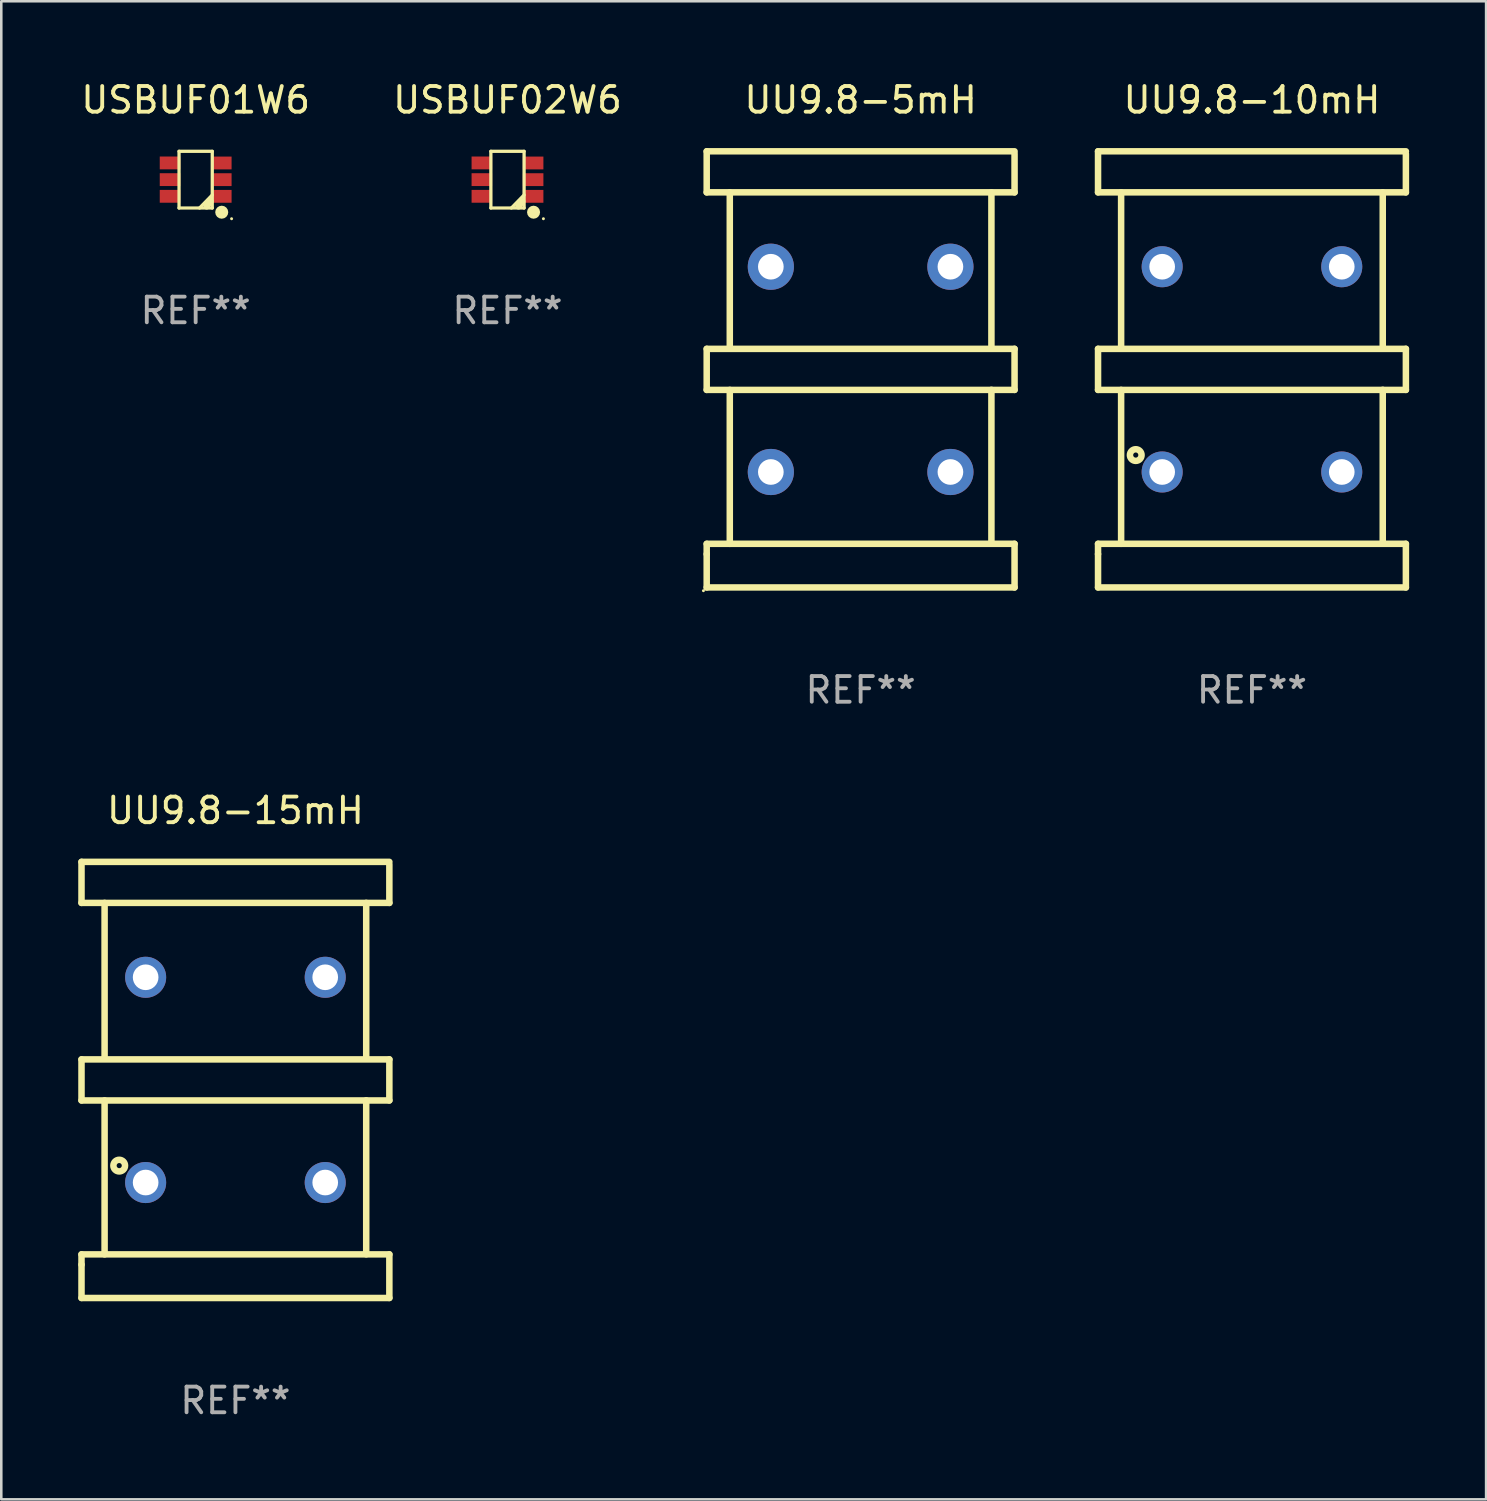
<source format=kicad_pcb>
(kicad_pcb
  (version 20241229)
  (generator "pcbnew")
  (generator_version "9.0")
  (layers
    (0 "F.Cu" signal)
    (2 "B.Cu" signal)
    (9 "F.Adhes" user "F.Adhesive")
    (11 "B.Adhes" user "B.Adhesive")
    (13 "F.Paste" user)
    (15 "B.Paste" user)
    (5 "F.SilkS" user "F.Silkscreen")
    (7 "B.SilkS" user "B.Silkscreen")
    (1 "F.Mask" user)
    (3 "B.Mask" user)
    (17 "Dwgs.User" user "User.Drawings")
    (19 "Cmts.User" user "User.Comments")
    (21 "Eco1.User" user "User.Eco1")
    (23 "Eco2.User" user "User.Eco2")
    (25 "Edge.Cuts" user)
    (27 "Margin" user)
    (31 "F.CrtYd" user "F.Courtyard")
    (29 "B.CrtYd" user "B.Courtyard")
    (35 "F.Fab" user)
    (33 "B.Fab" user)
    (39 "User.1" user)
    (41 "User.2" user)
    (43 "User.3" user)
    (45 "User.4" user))
  (footprint "UU9.8-15mH"
    (layer "F.Cu")
    (at 6.127 39.045)
    (property "Reference" "UU9.8-15mH" (at 0 -10.5 0) (layer "F.SilkS") (effects (font (size 1 1) (thickness 0.15))))
    (attr through_hole)
    (fp_line (start -6 -8.5) (end -6 -6.9) (stroke (width 0.254) (type solid)) (layer "F.SilkS"))
    (fp_line (start -6 -8.5) (end 6 -8.5) (stroke (width 0.254) (type solid)) (layer "F.SilkS"))
    (fp_line (start -6 -6.9) (end 6 -6.9) (stroke (width 0.254) (type solid)) (layer "F.SilkS"))
    (fp_line (start -6 -0.8) (end 6 -0.8) (stroke (width 0.254) (type solid)) (layer "F.SilkS"))
    (fp_line (start -6 0.8) (end -6 -0.8) (stroke (width 0.254) (type solid)) (layer "F.SilkS"))
    (fp_line (start -6 6.8) (end 6 6.8) (stroke (width 0.254) (type solid)) (layer "F.SilkS"))
    (fp_line (start -6 7.2) (end -6 6.8) (stroke (width 0.254) (type solid)) (layer "F.SilkS"))
    (fp_line (start -6 7.2) (end -6 8.5) (stroke (width 0.254) (type solid)) (layer "F.SilkS"))
    (fp_line (start -5.1 -6.9) (end -5.1 -0.9) (stroke (width 0.254) (type solid)) (layer "F.SilkS"))
    (fp_line (start -5.1 0.8) (end -5.1 6.8) (stroke (width 0.254) (type solid)) (layer "F.SilkS"))
    (fp_line (start 5.098 0.797) (end 5.098 6.797) (stroke (width 0.254) (type solid)) (layer "F.SilkS"))
    (fp_line (start 5.098 -6.901) (end 5.098 -0.901) (stroke (width 0.254) (type solid)) (layer "F.SilkS"))
    (fp_line (start 6 -6.9) (end 6 -8.4) (stroke (width 0.254) (type solid)) (layer "F.SilkS"))
    (fp_line (start 6 -0.8) (end 6 0.8) (stroke (width 0.254) (type solid)) (layer "F.SilkS"))
    (fp_line (start 6 0.8) (end -6 0.8) (stroke (width 0.254) (type solid)) (layer "F.SilkS"))
    (fp_line (start 6 6.8) (end 6 8.5) (stroke (width 0.254) (type solid)) (layer "F.SilkS"))
    (fp_line (start 6 8.5) (end -6 8.5) (stroke (width 0.254) (type solid)) (layer "F.SilkS"))
    (fp_circle (center -6 8.26) (end -5.97 8.26) (stroke (width 0.06) (type solid)) (fill no) (layer "F.SilkS"))
    (fp_circle (center -4.53 3.34) (end -4.43 3.34) (stroke (width 0.254) (type solid)) (fill no) (layer "F.SilkS"))
    (fp_text user "REF**" (at 0 12.5 0) (layer "F.Fab") (effects (font (size 1 1) (thickness 0.15))))
    (pad "1" thru_hole circle (at -3.5 4) (size 1.6 1.6) (drill 1) (layers "*.Cu" "*.Mask"))
    (pad "2" thru_hole circle (at 3.5 4) (size 1.6 1.6) (drill 1) (layers "*.Cu" "*.Mask"))
    (pad "3" thru_hole circle (at 3.5 -4.001) (size 1.6 1.6) (drill 1) (layers "*.Cu" "*.Mask"))
    (pad "4" thru_hole circle (at -3.5 -4.001) (size 1.6 1.6) (drill 1) (layers "*.Cu" "*.Mask")))
  (footprint "UU9.8-10mH"
    (layer "F.Cu")
    (at 45.751 11.348)
    (property "Reference" "UU9.8-10mH" (at 0 -10.5 0) (layer "F.SilkS") (effects (font (size 1 1) (thickness 0.15))))
    (attr through_hole)
    (fp_line (start -6 -8.5) (end -6 -6.9) (stroke (width 0.254) (type solid)) (layer "F.SilkS"))
    (fp_line (start -6 -8.5) (end 6 -8.5) (stroke (width 0.254) (type solid)) (layer "F.SilkS"))
    (fp_line (start -6 -6.9) (end 6 -6.9) (stroke (width 0.254) (type solid)) (layer "F.SilkS"))
    (fp_line (start -6 -0.8) (end 6 -0.8) (stroke (width 0.254) (type solid)) (layer "F.SilkS"))
    (fp_line (start -6 0.8) (end -6 -0.8) (stroke (width 0.254) (type solid)) (layer "F.SilkS"))
    (fp_line (start -6 6.8) (end 6 6.8) (stroke (width 0.254) (type solid)) (layer "F.SilkS"))
    (fp_line (start -6 7.2) (end -6 6.8) (stroke (width 0.254) (type solid)) (layer "F.SilkS"))
    (fp_line (start -6 7.2) (end -6 8.5) (stroke (width 0.254) (type solid)) (layer "F.SilkS"))
    (fp_line (start -5.1 -6.9) (end -5.1 -0.9) (stroke (width 0.254) (type solid)) (layer "F.SilkS"))
    (fp_line (start -5.1 0.8) (end -5.1 6.8) (stroke (width 0.254) (type solid)) (layer "F.SilkS"))
    (fp_line (start 5.098 0.797) (end 5.098 6.797) (stroke (width 0.254) (type solid)) (layer "F.SilkS"))
    (fp_line (start 5.098 -6.901) (end 5.098 -0.901) (stroke (width 0.254) (type solid)) (layer "F.SilkS"))
    (fp_line (start 6 -6.9) (end 6 -8.4) (stroke (width 0.254) (type solid)) (layer "F.SilkS"))
    (fp_line (start 6 -0.8) (end 6 0.8) (stroke (width 0.254) (type solid)) (layer "F.SilkS"))
    (fp_line (start 6 0.8) (end -6 0.8) (stroke (width 0.254) (type solid)) (layer "F.SilkS"))
    (fp_line (start 6 6.8) (end 6 8.5) (stroke (width 0.254) (type solid)) (layer "F.SilkS"))
    (fp_line (start 6 8.5) (end -6 8.5) (stroke (width 0.254) (type solid)) (layer "F.SilkS"))
    (fp_circle (center -6 8.26) (end -5.97 8.26) (stroke (width 0.06) (type solid)) (fill no) (layer "F.SilkS"))
    (fp_circle (center -4.53 3.34) (end -4.43 3.34) (stroke (width 0.254) (type solid)) (fill no) (layer "F.SilkS"))
    (fp_text user "REF**" (at 0 12.5 0) (layer "F.Fab") (effects (font (size 1 1) (thickness 0.15))))
    (pad "1" thru_hole circle (at -3.5 4) (size 1.6 1.6) (drill 1) (layers "*.Cu" "*.Mask"))
    (pad "2" thru_hole circle (at 3.5 4) (size 1.6 1.6) (drill 1) (layers "*.Cu" "*.Mask"))
    (pad "3" thru_hole circle (at 3.5 -4.001) (size 1.6 1.6) (drill 1) (layers "*.Cu" "*.Mask"))
    (pad "4" thru_hole circle (at -3.5 -4.001) (size 1.6 1.6) (drill 1) (layers "*.Cu" "*.Mask")))
  (footprint "USBUF01W6"
    (layer "F.Cu")
    (at 4.577 3.953)
    (property "Reference" "USBUF01W6" (at 0 -3.105 0) (layer "F.SilkS") (effects (font (size 1 1) (thickness 0.15))))
    (attr through_hole)
    (fp_line (start -0.648 -1.105) (end 0.647 -1.105) (stroke (width 0.127) (type solid)) (layer "F.SilkS"))
    (fp_line (start -0.648 1.105) (end -0.648 -1.105) (stroke (width 0.127) (type solid)) (layer "F.SilkS"))
    (fp_line (start 0.57 0.849) (end 0.428 1.038) (stroke (width 0.254) (type solid)) (layer "F.SilkS"))
    (fp_line (start 0.647 -1.105) (end 0.647 1.105) (stroke (width 0.127) (type solid)) (layer "F.SilkS"))
    (fp_line (start 0.647 0.597) (end 0.152 1.105) (stroke (width 0.127) (type solid)) (layer "F.SilkS"))
    (fp_line (start 0.647 1.105) (end -0.648 1.105) (stroke (width 0.127) (type solid)) (layer "F.SilkS"))
    (fp_circle (center 1.016 1.269) (end 1.143 1.269) (stroke (width 0.254) (type solid)) (fill no) (layer "F.SilkS"))
    (fp_circle (center 1.4 1.523) (end 1.43 1.523) (stroke (width 0.06) (type solid)) (fill no) (layer "F.SilkS"))
    (fp_text user "REF**" (at 0 5.105 0) (layer "F.Fab") (effects (font (size 1 1) (thickness 0.15))))
    (pad "1" smd rect (at 1 0.65 90) (size 0.5 0.8) (layers "F.Cu" "F.Mask" "F.Paste"))
    (pad "2" smd rect (at 1 0 90) (size 0.5 0.8) (layers "F.Cu" "F.Mask" "F.Paste"))
    (pad "3" smd rect (at 1 -0.65 90) (size 0.5 0.8) (layers "F.Cu" "F.Mask" "F.Paste"))
    (pad "4" smd rect (at -1 -0.652 90) (size 0.5 0.8) (layers "F.Cu" "F.Mask" "F.Paste"))
    (pad "5" smd rect (at -1 -0.001 90) (size 0.5 0.8) (layers "F.Cu" "F.Mask" "F.Paste"))
    (pad "6" smd rect (at -1 0.649 90) (size 0.5 0.8) (layers "F.Cu" "F.Mask" "F.Paste")))
  (footprint "USBUF02W6"
    (layer "F.Cu")
    (at 16.732 3.953)
    (property "Reference" "USBUF02W6" (at 0 -3.105 0) (layer "F.SilkS") (effects (font (size 1 1) (thickness 0.15))))
    (attr through_hole)
    (fp_line (start -0.648 -1.105) (end 0.647 -1.105) (stroke (width 0.127) (type solid)) (layer "F.SilkS"))
    (fp_line (start -0.648 1.105) (end -0.648 -1.105) (stroke (width 0.127) (type solid)) (layer "F.SilkS"))
    (fp_line (start 0.57 0.849) (end 0.428 1.038) (stroke (width 0.254) (type solid)) (layer "F.SilkS"))
    (fp_line (start 0.647 -1.105) (end 0.647 1.105) (stroke (width 0.127) (type solid)) (layer "F.SilkS"))
    (fp_line (start 0.647 0.597) (end 0.152 1.105) (stroke (width 0.127) (type solid)) (layer "F.SilkS"))
    (fp_line (start 0.647 1.105) (end -0.648 1.105) (stroke (width 0.127) (type solid)) (layer "F.SilkS"))
    (fp_circle (center 1.016 1.269) (end 1.143 1.269) (stroke (width 0.254) (type solid)) (fill no) (layer "F.SilkS"))
    (fp_circle (center 1.4 1.523) (end 1.43 1.523) (stroke (width 0.06) (type solid)) (fill no) (layer "F.SilkS"))
    (fp_text user "REF**" (at 0 5.105 0) (layer "F.Fab") (effects (font (size 1 1) (thickness 0.15))))
    (pad "1" smd rect (at 1 0.65 90) (size 0.5 0.8) (layers "F.Cu" "F.Mask" "F.Paste"))
    (pad "2" smd rect (at 1 0 90) (size 0.5 0.8) (layers "F.Cu" "F.Mask" "F.Paste"))
    (pad "3" smd rect (at 1 -0.65 90) (size 0.5 0.8) (layers "F.Cu" "F.Mask" "F.Paste"))
    (pad "4" smd rect (at -1 -0.652 90) (size 0.5 0.8) (layers "F.Cu" "F.Mask" "F.Paste"))
    (pad "5" smd rect (at -1 -0.001 90) (size 0.5 0.8) (layers "F.Cu" "F.Mask" "F.Paste"))
    (pad "6" smd rect (at -1 0.649 90) (size 0.5 0.8) (layers "F.Cu" "F.Mask" "F.Paste")))
  (footprint "UU9.8-5mH"
    (layer "F.Cu")
    (at 30.497 11.348)
    (property "Reference" "UU9.8-5mH" (at 0 -10.5 0) (layer "F.SilkS") (effects (font (size 1 1) (thickness 0.15))))
    (attr through_hole)
    (fp_line (start -6 -8.5) (end -6 -6.9) (stroke (width 0.254) (type solid)) (layer "F.SilkS"))
    (fp_line (start -6 -8.5) (end 6 -8.5) (stroke (width 0.254) (type solid)) (layer "F.SilkS"))
    (fp_line (start -6 -6.9) (end 6 -6.9) (stroke (width 0.254) (type solid)) (layer "F.SilkS"))
    (fp_line (start -6 -0.8) (end 6 -0.8) (stroke (width 0.254) (type solid)) (layer "F.SilkS"))
    (fp_line (start -6 0.8) (end -6 -0.8) (stroke (width 0.254) (type solid)) (layer "F.SilkS"))
    (fp_line (start -6 6.8) (end 6 6.8) (stroke (width 0.254) (type solid)) (layer "F.SilkS"))
    (fp_line (start -6 7.2) (end -6 6.8) (stroke (width 0.254) (type solid)) (layer "F.SilkS"))
    (fp_line (start -6 7.2) (end -6 8.5) (stroke (width 0.254) (type solid)) (layer "F.SilkS"))
    (fp_line (start -5.1 -6.9) (end -5.1 -0.9) (stroke (width 0.254) (type solid)) (layer "F.SilkS"))
    (fp_line (start -5.1 0.8) (end -5.1 6.8) (stroke (width 0.254) (type solid)) (layer "F.SilkS"))
    (fp_line (start 5.098 0.797) (end 5.098 6.797) (stroke (width 0.254) (type solid)) (layer "F.SilkS"))
    (fp_line (start 5.098 -6.901) (end 5.098 -0.901) (stroke (width 0.254) (type solid)) (layer "F.SilkS"))
    (fp_line (start 6 -6.9) (end 6 -8.4) (stroke (width 0.254) (type solid)) (layer "F.SilkS"))
    (fp_line (start 6 -0.8) (end 6 0.8) (stroke (width 0.254) (type solid)) (layer "F.SilkS"))
    (fp_line (start 6 0.8) (end -6 0.8) (stroke (width 0.254) (type solid)) (layer "F.SilkS"))
    (fp_line (start 6 6.8) (end 6 8.5) (stroke (width 0.254) (type solid)) (layer "F.SilkS"))
    (fp_line (start 6 8.5) (end -6 8.5) (stroke (width 0.254) (type solid)) (layer "F.SilkS"))
    (fp_circle (center -6.127 8.627) (end -6.097 8.627) (stroke (width 0.06) (type solid)) (fill no) (layer "F.SilkS"))
    (fp_text user "REF**" (at 0 12.5 0) (layer "F.Fab") (effects (font (size 1 1) (thickness 0.15))))
    (pad "1" thru_hole circle (at -3.5 4) (size 1.8 1.8) (drill 1) (layers "*.Cu" "*.Mask"))
    (pad "2" thru_hole circle (at 3.5 4) (size 1.8 1.8) (drill 1) (layers "*.Cu" "*.Mask"))
    (pad "3" thru_hole circle (at 3.5 -4.001) (size 1.8 1.8) (drill 1) (layers "*.Cu" "*.Mask"))
    (pad "4" thru_hole circle (at -3.5 -4.001) (size 1.8 1.8) (drill 1) (layers "*.Cu" "*.Mask")))
  (gr_rect
    (start -3 -3)
    (end 54.878 55.393)
    (stroke (width 0.1) (type default))
    (fill no)
    (layer "Edge.Cuts")))
</source>
